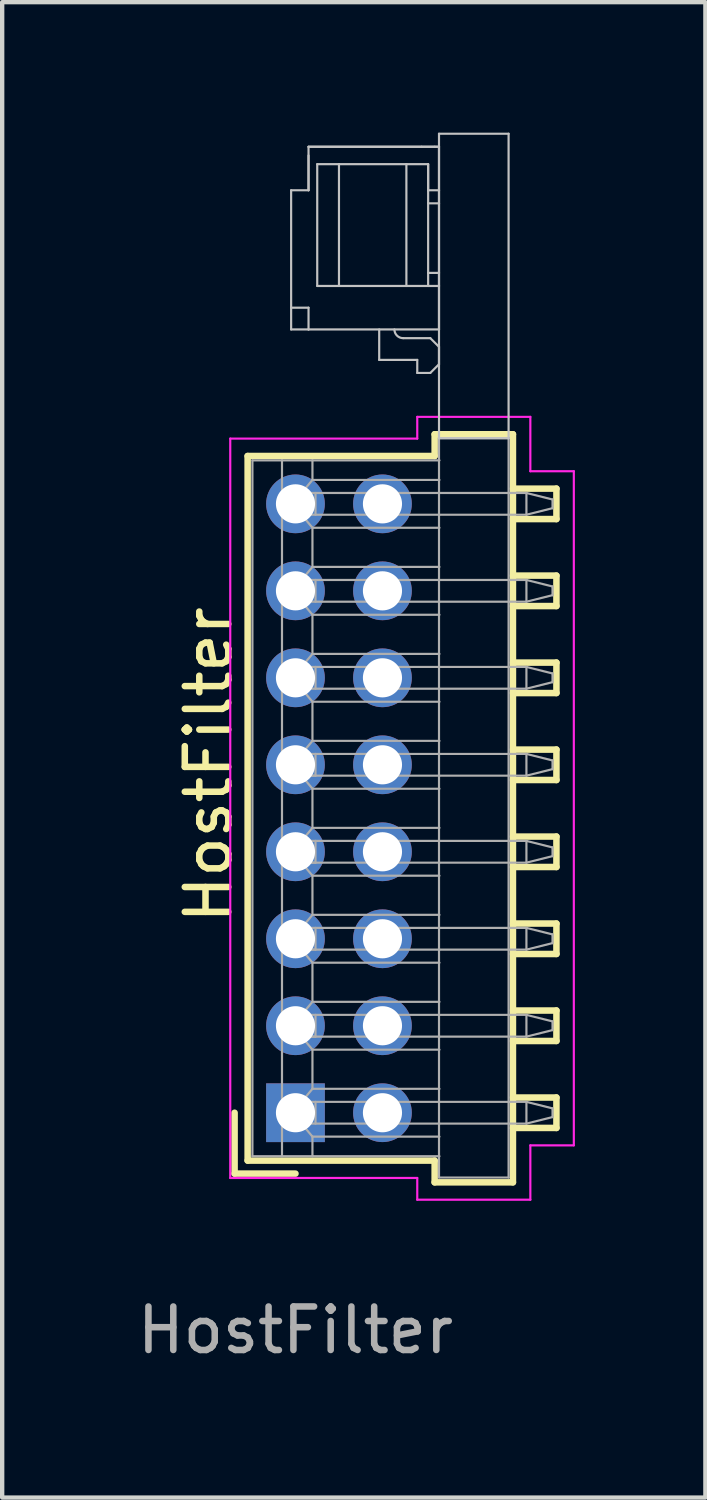
<source format=kicad_pcb>
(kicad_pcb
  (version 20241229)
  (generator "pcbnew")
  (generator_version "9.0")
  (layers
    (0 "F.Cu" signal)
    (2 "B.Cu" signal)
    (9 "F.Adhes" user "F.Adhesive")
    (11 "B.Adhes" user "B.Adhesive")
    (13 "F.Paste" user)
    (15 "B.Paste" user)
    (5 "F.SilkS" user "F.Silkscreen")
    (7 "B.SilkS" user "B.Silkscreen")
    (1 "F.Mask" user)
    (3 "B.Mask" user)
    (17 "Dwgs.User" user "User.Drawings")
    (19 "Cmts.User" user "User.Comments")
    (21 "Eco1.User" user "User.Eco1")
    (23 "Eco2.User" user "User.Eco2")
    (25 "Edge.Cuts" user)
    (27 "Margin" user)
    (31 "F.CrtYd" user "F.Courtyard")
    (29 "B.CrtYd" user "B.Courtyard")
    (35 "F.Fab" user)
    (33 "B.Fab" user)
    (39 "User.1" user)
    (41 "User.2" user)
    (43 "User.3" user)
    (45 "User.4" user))
  (footprint "HostFilter"
    (layer "F.Cu")
    (at 3.744 22.535)
    (property "Reference" "HostFilter" (at 0 5 0) (layer "F.Fab") (effects (font (size 1 1) (thickness 0.15))))
    (attr through_hole)
    (fp_line (start -1.4 0) (end -1.4 1.4) (stroke (width 0.15) (type solid)) (layer "F.SilkS"))
    (fp_line (start -1.4 1.4) (end 0 1.4) (stroke (width 0.15) (type solid)) (layer "F.SilkS"))
    (fp_line (start -1.1 -15.1) (end -1.1 1.1) (stroke (width 0.15) (type solid)) (layer "F.SilkS"))
    (fp_line (start -1.1 1.1) (end 3.2 1.1) (stroke (width 0.15) (type solid)) (layer "F.SilkS"))
    (fp_line (start 3.2 -15.6) (end 3.2 -15.1) (stroke (width 0.15) (type solid)) (layer "F.SilkS"))
    (fp_line (start 3.2 -15.1) (end -1.1 -15.1) (stroke (width 0.15) (type solid)) (layer "F.SilkS"))
    (fp_line (start 3.2 1.1) (end 3.2 1.6) (stroke (width 0.15) (type solid)) (layer "F.SilkS"))
    (fp_line (start 3.2 1.6) (end 5 1.6) (stroke (width 0.15) (type solid)) (layer "F.SilkS"))
    (fp_line (start 5 -15.6) (end 3.2 -15.6) (stroke (width 0.15) (type solid)) (layer "F.SilkS"))
    (fp_line (start 5 -14.35) (end 6 -14.35) (stroke (width 0.15) (type solid)) (layer "F.SilkS"))
    (fp_line (start 5 -12.35) (end 6 -12.35) (stroke (width 0.15) (type solid)) (layer "F.SilkS"))
    (fp_line (start 5 -10.35) (end 6 -10.35) (stroke (width 0.15) (type solid)) (layer "F.SilkS"))
    (fp_line (start 5 -8.35) (end 6 -8.35) (stroke (width 0.15) (type solid)) (layer "F.SilkS"))
    (fp_line (start 5 -6.35) (end 6 -6.35) (stroke (width 0.15) (type solid)) (layer "F.SilkS"))
    (fp_line (start 5 -4.35) (end 6 -4.35) (stroke (width 0.15) (type solid)) (layer "F.SilkS"))
    (fp_line (start 5 -2.35) (end 6 -2.35) (stroke (width 0.15) (type solid)) (layer "F.SilkS"))
    (fp_line (start 5 -0.35) (end 6 -0.35) (stroke (width 0.15) (type solid)) (layer "F.SilkS"))
    (fp_line (start 5 1.6) (end 5 -15.6) (stroke (width 0.15) (type solid)) (layer "F.SilkS"))
    (fp_line (start 6 -14.35) (end 6 -13.65) (stroke (width 0.15) (type solid)) (layer "F.SilkS"))
    (fp_line (start 6 -13.65) (end 5 -13.65) (stroke (width 0.15) (type solid)) (layer "F.SilkS"))
    (fp_line (start 6 -12.35) (end 6 -11.65) (stroke (width 0.15) (type solid)) (layer "F.SilkS"))
    (fp_line (start 6 -11.65) (end 5 -11.65) (stroke (width 0.15) (type solid)) (layer "F.SilkS"))
    (fp_line (start 6 -10.35) (end 6 -9.65) (stroke (width 0.15) (type solid)) (layer "F.SilkS"))
    (fp_line (start 6 -9.65) (end 5 -9.65) (stroke (width 0.15) (type solid)) (layer "F.SilkS"))
    (fp_line (start 6 -8.35) (end 6 -7.65) (stroke (width 0.15) (type solid)) (layer "F.SilkS"))
    (fp_line (start 6 -7.65) (end 5 -7.65) (stroke (width 0.15) (type solid)) (layer "F.SilkS"))
    (fp_line (start 6 -6.35) (end 6 -5.65) (stroke (width 0.15) (type solid)) (layer "F.SilkS"))
    (fp_line (start 6 -5.65) (end 5 -5.65) (stroke (width 0.15) (type solid)) (layer "F.SilkS"))
    (fp_line (start 6 -4.35) (end 6 -3.65) (stroke (width 0.15) (type solid)) (layer "F.SilkS"))
    (fp_line (start 6 -3.65) (end 5 -3.65) (stroke (width 0.15) (type solid)) (layer "F.SilkS"))
    (fp_line (start 6 -2.35) (end 6 -1.65) (stroke (width 0.15) (type solid)) (layer "F.SilkS"))
    (fp_line (start 6 -1.65) (end 5 -1.65) (stroke (width 0.15) (type solid)) (layer "F.SilkS"))
    (fp_line (start 6 -0.35) (end 6 0.35) (stroke (width 0.15) (type solid)) (layer "F.SilkS"))
    (fp_line (start 6 0.35) (end 5 0.35) (stroke (width 0.15) (type solid)) (layer "F.SilkS"))
    (fp_line (start -0.1 -21.21) (end 0.3 -21.21) (stroke (width 0.05) (type solid)) (layer "Dwgs.User"))
    (fp_line (start -0.1 -18.51) (end -0.1 -21.21) (stroke (width 0.05) (type solid)) (layer "Dwgs.User"))
    (fp_line (start -0.1 -18.51) (end -0.1 -18.01) (stroke (width 0.05) (type solid)) (layer "Dwgs.User"))
    (fp_line (start -0.1 -18.51) (end 0.3 -18.51) (stroke (width 0.05) (type solid)) (layer "Dwgs.User"))
    (fp_line (start -0.1 -18.01) (end 0.3 -18.01) (stroke (width 0.05) (type solid)) (layer "Dwgs.User"))
    (fp_line (start 0.3 -22.21) (end 0.3 -21.21) (stroke (width 0.05) (type solid)) (layer "Dwgs.User"))
    (fp_line (start 0.3 -22.01) (end 0.3 -21.21) (stroke (width 0.05) (type solid)) (layer "Dwgs.User"))
    (fp_line (start 0.3 -18.01) (end 0.3 -18.51) (stroke (width 0.05) (type solid)) (layer "Dwgs.User"))
    (fp_line (start 0.5 -19.01) (end 0.5 -21.81) (stroke (width 0.05) (type solid)) (layer "Dwgs.User"))
    (fp_line (start 1 -21.81) (end 0.5 -21.81) (stroke (width 0.05) (type solid)) (layer "Dwgs.User"))
    (fp_line (start 1 -19.01) (end 0.5 -19.01) (stroke (width 0.05) (type solid)) (layer "Dwgs.User"))
    (fp_line (start 1 -19.01) (end 1 -21.81) (stroke (width 0.05) (type solid)) (layer "Dwgs.User"))
    (fp_line (start 1.925 -17.31) (end 1.925 -18.01) (stroke (width 0.05) (type solid)) (layer "Dwgs.User"))
    (fp_line (start 2.475 -17.81) (end 3.1 -17.81) (stroke (width 0.05) (type solid)) (layer "Dwgs.User"))
    (fp_line (start 2.55 -21.81) (end 1 -21.81) (stroke (width 0.05) (type solid)) (layer "Dwgs.User"))
    (fp_line (start 2.55 -19.01) (end 1 -19.01) (stroke (width 0.05) (type solid)) (layer "Dwgs.User"))
    (fp_line (start 2.55 -19.01) (end 2.55 -21.81) (stroke (width 0.05) (type solid)) (layer "Dwgs.User"))
    (fp_line (start 2.8 -17.31) (end 1.925 -17.31) (stroke (width 0.05) (type solid)) (layer "Dwgs.User"))
    (fp_line (start 2.8 -17.01) (end 2.8 -17.31) (stroke (width 0.05) (type solid)) (layer "Dwgs.User"))
    (fp_line (start 2.9 -22.21) (end 0.3 -22.21) (stroke (width 0.05) (type solid)) (layer "Dwgs.User"))
    (fp_line (start 3.05 -21.81) (end 2.55 -21.81) (stroke (width 0.05) (type solid)) (layer "Dwgs.User"))
    (fp_line (start 3.05 -21.21) (end 3.05 -21.81) (stroke (width 0.05) (type solid)) (layer "Dwgs.User"))
    (fp_line (start 3.05 -21.202) (end 3.05 -21.81) (stroke (width 0.05) (type solid)) (layer "Dwgs.User"))
    (fp_line (start 3.05 -21.202) (end 3.05 -21.21) (stroke (width 0.05) (type solid)) (layer "Dwgs.User"))
    (fp_line (start 3.05 -20.91) (end 3.05 -21.202) (stroke (width 0.05) (type solid)) (layer "Dwgs.User"))
    (fp_line (start 3.05 -19.31) (end 3.05 -20.91) (stroke (width 0.05) (type solid)) (layer "Dwgs.User"))
    (fp_line (start 3.05 -19.31) (end 3.05 -19.018) (stroke (width 0.05) (type solid)) (layer "Dwgs.User"))
    (fp_line (start 3.05 -19.01) (end 2.55 -19.01) (stroke (width 0.05) (type solid)) (layer "Dwgs.User"))
    (fp_line (start 3.05 -19.01) (end 3.05 -19.018) (stroke (width 0.05) (type solid)) (layer "Dwgs.User"))
    (fp_line (start 3.1 -17.81) (end 3.3 -17.61) (stroke (width 0.05) (type solid)) (layer "Dwgs.User"))
    (fp_line (start 3.1 -17.01) (end 2.8 -17.01) (stroke (width 0.05) (type solid)) (layer "Dwgs.User"))
    (fp_line (start 3.2 -22.21) (end 2.9 -22.21) (stroke (width 0.05) (type solid)) (layer "Dwgs.User"))
    (fp_line (start 3.3 -22.51) (end 3.3 -15.51) (stroke (width 0.05) (type solid)) (layer "Dwgs.User"))
    (fp_line (start 3.3 -22.51) (end 4.9 -22.51) (stroke (width 0.05) (type solid)) (layer "Dwgs.User"))
    (fp_line (start 3.3 -22.21) (end 0.3 -22.21) (stroke (width 0.05) (type solid)) (layer "Dwgs.User"))
    (fp_line (start 3.3 -22.21) (end 3.2 -22.21) (stroke (width 0.05) (type solid)) (layer "Dwgs.User"))
    (fp_line (start 3.3 -21.21) (end 3.05 -21.21) (stroke (width 0.05) (type solid)) (layer "Dwgs.User"))
    (fp_line (start 3.3 -21.21) (end 3.3 -22.21) (stroke (width 0.05) (type solid)) (layer "Dwgs.User"))
    (fp_line (start 3.3 -20.91) (end 3.05 -20.91) (stroke (width 0.05) (type solid)) (layer "Dwgs.User"))
    (fp_line (start 3.3 -20.91) (end 3.3 -21.21) (stroke (width 0.05) (type solid)) (layer "Dwgs.User"))
    (fp_line (start 3.3 -19.31) (end 3.05 -19.31) (stroke (width 0.05) (type solid)) (layer "Dwgs.User"))
    (fp_line (start 3.3 -19.31) (end 3.3 -20.91) (stroke (width 0.05) (type solid)) (layer "Dwgs.User"))
    (fp_line (start 3.3 -19.31) (end 3.3 -19.01) (stroke (width 0.05) (type solid)) (layer "Dwgs.User"))
    (fp_line (start 3.3 -19.01) (end 3.05 -19.01) (stroke (width 0.05) (type solid)) (layer "Dwgs.User"))
    (fp_line (start 3.3 -18.01) (end 0.3 -18.01) (stroke (width 0.05) (type solid)) (layer "Dwgs.User"))
    (fp_line (start 3.3 -18.01) (end 3.3 -19.01) (stroke (width 0.05) (type solid)) (layer "Dwgs.User"))
    (fp_line (start 3.3 -17.61) (end 3.3 -17.21) (stroke (width 0.05) (type solid)) (layer "Dwgs.User"))
    (fp_line (start 3.3 -17.21) (end 3.1 -17.01) (stroke (width 0.05) (type solid)) (layer "Dwgs.User"))
    (fp_line (start 3.3 -15.51) (end 4.9 -15.51) (stroke (width 0.05) (type solid)) (layer "Dwgs.User"))
    (fp_line (start 4.9 -22.51) (end 4.9 -15.51) (stroke (width 0.05) (type solid)) (layer "Dwgs.User"))
    (fp_arc (start 2.475 -17.81) (mid 2.333579 -17.868579) (end 2.275 -18.01) (stroke (width 0.05) (type solid)) (layer "Dwgs.User"))
    (fp_line (start -1.5 -15.5) (end -1.5 1.5) (stroke (width 0.05) (type solid)) (layer "F.CrtYd"))
    (fp_line (start -1.5 1.5) (end 2.8 1.5) (stroke (width 0.05) (type solid)) (layer "F.CrtYd"))
    (fp_line (start 2.8 -16) (end 2.8 -15.5) (stroke (width 0.05) (type solid)) (layer "F.CrtYd"))
    (fp_line (start 2.8 -15.5) (end -1.5 -15.5) (stroke (width 0.05) (type solid)) (layer "F.CrtYd"))
    (fp_line (start 2.8 1.5) (end 2.8 2) (stroke (width 0.05) (type solid)) (layer "F.CrtYd"))
    (fp_line (start 2.8 2) (end 5.4 2) (stroke (width 0.05) (type solid)) (layer "F.CrtYd"))
    (fp_line (start 5.4 -16) (end 2.8 -16) (stroke (width 0.05) (type solid)) (layer "F.CrtYd"))
    (fp_line (start 5.4 -14.75) (end 5.4 -16) (stroke (width 0.05) (type solid)) (layer "F.CrtYd"))
    (fp_line (start 5.4 0.75) (end 6.4 0.75) (stroke (width 0.05) (type solid)) (layer "F.CrtYd"))
    (fp_line (start 5.4 2) (end 5.4 0.75) (stroke (width 0.05) (type solid)) (layer "F.CrtYd"))
    (fp_line (start 6.4 -14.75) (end 5.4 -14.75) (stroke (width 0.05) (type solid)) (layer "F.CrtYd"))
    (fp_line (start 6.4 0.75) (end 6.4 -14.75) (stroke (width 0.05) (type solid)) (layer "F.CrtYd"))
    (fp_line (start -0.99 -15) (end -0.31 -15) (stroke (width 0.05) (type solid)) (layer "F.Fab"))
    (fp_line (start -0.99 1) (end -0.99 -15) (stroke (width 0.05) (type solid)) (layer "F.Fab"))
    (fp_line (start -0.99 1) (end -0.31 1) (stroke (width 0.05) (type solid)) (layer "F.Fab"))
    (fp_line (start -0.31 -15) (end -0.31 -14.25) (stroke (width 0.05) (type solid)) (layer "F.Fab"))
    (fp_line (start -0.31 -14.25) (end -0.31 -13.75) (stroke (width 0.05) (type solid)) (layer "F.Fab"))
    (fp_line (start -0.31 -14.25) (end 0.14 -14.25) (stroke (width 0.05) (type solid)) (layer "F.Fab"))
    (fp_line (start -0.31 -13.75) (end -0.31 -12.25) (stroke (width 0.05) (type solid)) (layer "F.Fab"))
    (fp_line (start -0.31 -13.75) (end 0.14 -13.75) (stroke (width 0.05) (type solid)) (layer "F.Fab"))
    (fp_line (start -0.31 -12.25) (end -0.31 -11.75) (stroke (width 0.05) (type solid)) (layer "F.Fab"))
    (fp_line (start -0.31 -12.25) (end 0.14 -12.25) (stroke (width 0.05) (type solid)) (layer "F.Fab"))
    (fp_line (start -0.31 -11.75) (end -0.31 -10.25) (stroke (width 0.05) (type solid)) (layer "F.Fab"))
    (fp_line (start -0.31 -11.75) (end 0.14 -11.75) (stroke (width 0.05) (type solid)) (layer "F.Fab"))
    (fp_line (start -0.31 -10.25) (end -0.31 -9.75) (stroke (width 0.05) (type solid)) (layer "F.Fab"))
    (fp_line (start -0.31 -10.25) (end 0.14 -10.25) (stroke (width 0.05) (type solid)) (layer "F.Fab"))
    (fp_line (start -0.31 -9.75) (end -0.31 -8.25) (stroke (width 0.05) (type solid)) (layer "F.Fab"))
    (fp_line (start -0.31 -9.75) (end 0.14 -9.75) (stroke (width 0.05) (type solid)) (layer "F.Fab"))
    (fp_line (start -0.31 -8.25) (end -0.31 -7.75) (stroke (width 0.05) (type solid)) (layer "F.Fab"))
    (fp_line (start -0.31 -8.25) (end 0.14 -8.25) (stroke (width 0.05) (type solid)) (layer "F.Fab"))
    (fp_line (start -0.31 -7.75) (end -0.31 -6.25) (stroke (width 0.05) (type solid)) (layer "F.Fab"))
    (fp_line (start -0.31 -7.75) (end 0.14 -7.75) (stroke (width 0.05) (type solid)) (layer "F.Fab"))
    (fp_line (start -0.31 -6.25) (end -0.31 -5.75) (stroke (width 0.05) (type solid)) (layer "F.Fab"))
    (fp_line (start -0.31 -6.25) (end 0.14 -6.25) (stroke (width 0.05) (type solid)) (layer "F.Fab"))
    (fp_line (start -0.31 -5.75) (end -0.31 -4.25) (stroke (width 0.05) (type solid)) (layer "F.Fab"))
    (fp_line (start -0.31 -5.75) (end 0.14 -5.75) (stroke (width 0.05) (type solid)) (layer "F.Fab"))
    (fp_line (start -0.31 -4.25) (end -0.31 -3.75) (stroke (width 0.05) (type solid)) (layer "F.Fab"))
    (fp_line (start -0.31 -4.25) (end 0.14 -4.25) (stroke (width 0.05) (type solid)) (layer "F.Fab"))
    (fp_line (start -0.31 -3.75) (end -0.31 -2.25) (stroke (width 0.05) (type solid)) (layer "F.Fab"))
    (fp_line (start -0.31 -3.75) (end 0.14 -3.75) (stroke (width 0.05) (type solid)) (layer "F.Fab"))
    (fp_line (start -0.31 -2.25) (end -0.31 -1.75) (stroke (width 0.05) (type solid)) (layer "F.Fab"))
    (fp_line (start -0.31 -2.25) (end 0.14 -2.25) (stroke (width 0.05) (type solid)) (layer "F.Fab"))
    (fp_line (start -0.31 -1.75) (end -0.31 -0.25) (stroke (width 0.05) (type solid)) (layer "F.Fab"))
    (fp_line (start -0.31 -1.75) (end 0.14 -1.75) (stroke (width 0.05) (type solid)) (layer "F.Fab"))
    (fp_line (start -0.31 -0.25) (end -0.31 0.25) (stroke (width 0.05) (type solid)) (layer "F.Fab"))
    (fp_line (start -0.31 -0.25) (end 0.14 -0.25) (stroke (width 0.05) (type solid)) (layer "F.Fab"))
    (fp_line (start -0.31 0.25) (end -0.31 1) (stroke (width 0.05) (type solid)) (layer "F.Fab"))
    (fp_line (start -0.31 0.25) (end 0.14 0.25) (stroke (width 0.05) (type solid)) (layer "F.Fab"))
    (fp_line (start -0.211 -13.75) (end -0.211 -14.25) (stroke (width 0.05) (type solid)) (layer "F.Fab"))
    (fp_line (start -0.211 -11.75) (end -0.211 -12.25) (stroke (width 0.05) (type solid)) (layer "F.Fab"))
    (fp_line (start -0.211 -9.75) (end -0.211 -10.25) (stroke (width 0.05) (type solid)) (layer "F.Fab"))
    (fp_line (start -0.211 -7.75) (end -0.211 -8.25) (stroke (width 0.05) (type solid)) (layer "F.Fab"))
    (fp_line (start -0.211 -5.75) (end -0.211 -6.25) (stroke (width 0.05) (type solid)) (layer "F.Fab"))
    (fp_line (start -0.211 -3.75) (end -0.211 -4.25) (stroke (width 0.05) (type solid)) (layer "F.Fab"))
    (fp_line (start -0.211 -1.75) (end -0.211 -2.25) (stroke (width 0.05) (type solid)) (layer "F.Fab"))
    (fp_line (start -0.211 0.25) (end -0.211 -0.25) (stroke (width 0.05) (type solid)) (layer "F.Fab"))
    (fp_line (start 0.14 -14.25) (end 3.31 -14.25) (stroke (width 0.05) (type solid)) (layer "F.Fab"))
    (fp_line (start 0.14 -13.75) (end 3.31 -13.75) (stroke (width 0.05) (type solid)) (layer "F.Fab"))
    (fp_line (start 0.14 -12.25) (end 3.31 -12.25) (stroke (width 0.05) (type solid)) (layer "F.Fab"))
    (fp_line (start 0.14 -11.75) (end 0.39 -11.45) (stroke (width 0.05) (type solid)) (layer "F.Fab"))
    (fp_line (start 0.14 -11.75) (end 3.31 -11.75) (stroke (width 0.05) (type solid)) (layer "F.Fab"))
    (fp_line (start 0.14 -10.25) (end 3.31 -10.25) (stroke (width 0.05) (type solid)) (layer "F.Fab"))
    (fp_line (start 0.14 -9.75) (end 0.39 -9.45) (stroke (width 0.05) (type solid)) (layer "F.Fab"))
    (fp_line (start 0.14 -9.75) (end 3.31 -9.75) (stroke (width 0.05) (type solid)) (layer "F.Fab"))
    (fp_line (start 0.14 -8.25) (end 3.31 -8.25) (stroke (width 0.05) (type solid)) (layer "F.Fab"))
    (fp_line (start 0.14 -7.75) (end 0.39 -7.45) (stroke (width 0.05) (type solid)) (layer "F.Fab"))
    (fp_line (start 0.14 -7.75) (end 0.46 -7.75) (stroke (width 0.05) (type solid)) (layer "F.Fab"))
    (fp_line (start 0.14 -7.75) (end 3.31 -7.75) (stroke (width 0.05) (type solid)) (layer "F.Fab"))
    (fp_line (start 0.14 -6.25) (end 3.31 -6.25) (stroke (width 0.05) (type solid)) (layer "F.Fab"))
    (fp_line (start 0.14 -5.75) (end 0.39 -5.45) (stroke (width 0.05) (type solid)) (layer "F.Fab"))
    (fp_line (start 0.14 -5.75) (end 0.46 -5.75) (stroke (width 0.05) (type solid)) (layer "F.Fab"))
    (fp_line (start 0.14 -5.75) (end 3.31 -5.75) (stroke (width 0.05) (type solid)) (layer "F.Fab"))
    (fp_line (start 0.14 -4.25) (end 3.31 -4.25) (stroke (width 0.05) (type solid)) (layer "F.Fab"))
    (fp_line (start 0.14 -3.75) (end 0.39 -3.45) (stroke (width 0.05) (type solid)) (layer "F.Fab"))
    (fp_line (start 0.14 -3.75) (end 0.46 -3.75) (stroke (width 0.05) (type solid)) (layer "F.Fab"))
    (fp_line (start 0.14 -3.75) (end 3.31 -3.75) (stroke (width 0.05) (type solid)) (layer "F.Fab"))
    (fp_line (start 0.14 -2.25) (end 3.31 -2.25) (stroke (width 0.05) (type solid)) (layer "F.Fab"))
    (fp_line (start 0.14 -1.75) (end 0.39 -1.45) (stroke (width 0.05) (type solid)) (layer "F.Fab"))
    (fp_line (start 0.14 -1.75) (end 0.46 -1.75) (stroke (width 0.05) (type solid)) (layer "F.Fab"))
    (fp_line (start 0.14 -1.75) (end 3.31 -1.75) (stroke (width 0.05) (type solid)) (layer "F.Fab"))
    (fp_line (start 0.14 -0.25) (end 3.31 -0.25) (stroke (width 0.05) (type solid)) (layer "F.Fab"))
    (fp_line (start 0.14 0.25) (end 0.39 0.55) (stroke (width 0.05) (type solid)) (layer "F.Fab"))
    (fp_line (start 0.14 0.25) (end 3.31 0.25) (stroke (width 0.05) (type solid)) (layer "F.Fab"))
    (fp_line (start 0.39 -15) (end -0.31 -15) (stroke (width 0.05) (type solid)) (layer "F.Fab"))
    (fp_line (start 0.39 -15) (end 0.39 -14.55) (stroke (width 0.05) (type solid)) (layer "F.Fab"))
    (fp_line (start 0.39 -15) (end 3.31 -15) (stroke (width 0.05) (type solid)) (layer "F.Fab"))
    (fp_line (start 0.39 -14.55) (end 0.14 -14.25) (stroke (width 0.05) (type solid)) (layer "F.Fab"))
    (fp_line (start 0.39 -14.55) (end 3.31 -14.55) (stroke (width 0.05) (type solid)) (layer "F.Fab"))
    (fp_line (start 0.39 -13.45) (end 0.14 -13.75) (stroke (width 0.05) (type solid)) (layer "F.Fab"))
    (fp_line (start 0.39 -13.45) (end 0.39 -12.55) (stroke (width 0.05) (type solid)) (layer "F.Fab"))
    (fp_line (start 0.39 -13.45) (end 3.31 -13.45) (stroke (width 0.05) (type solid)) (layer "F.Fab"))
    (fp_line (start 0.39 -12.55) (end 0.14 -12.25) (stroke (width 0.05) (type solid)) (layer "F.Fab"))
    (fp_line (start 0.39 -12.55) (end 3.31 -12.55) (stroke (width 0.05) (type solid)) (layer "F.Fab"))
    (fp_line (start 0.39 -11.45) (end 0.39 -10.55) (stroke (width 0.05) (type solid)) (layer "F.Fab"))
    (fp_line (start 0.39 -11.45) (end 3.31 -11.45) (stroke (width 0.05) (type solid)) (layer "F.Fab"))
    (fp_line (start 0.39 -10.55) (end 0.14 -10.25) (stroke (width 0.05) (type solid)) (layer "F.Fab"))
    (fp_line (start 0.39 -10.55) (end 3.31 -10.55) (stroke (width 0.05) (type solid)) (layer "F.Fab"))
    (fp_line (start 0.39 -9.45) (end 0.39 -8.55) (stroke (width 0.05) (type solid)) (layer "F.Fab"))
    (fp_line (start 0.39 -9.45) (end 3.31 -9.45) (stroke (width 0.05) (type solid)) (layer "F.Fab"))
    (fp_line (start 0.39 -8.55) (end 0.14 -8.25) (stroke (width 0.05) (type solid)) (layer "F.Fab"))
    (fp_line (start 0.39 -8.55) (end 3.31 -8.55) (stroke (width 0.05) (type solid)) (layer "F.Fab"))
    (fp_line (start 0.39 -7.45) (end 0.39 -6.55) (stroke (width 0.05) (type solid)) (layer "F.Fab"))
    (fp_line (start 0.39 -7.45) (end 3.31 -7.45) (stroke (width 0.05) (type solid)) (layer "F.Fab"))
    (fp_line (start 0.39 -6.55) (end 0.14 -6.25) (stroke (width 0.05) (type solid)) (layer "F.Fab"))
    (fp_line (start 0.39 -6.55) (end 3.31 -6.55) (stroke (width 0.05) (type solid)) (layer "F.Fab"))
    (fp_line (start 0.39 -5.45) (end 0.39 -4.55) (stroke (width 0.05) (type solid)) (layer "F.Fab"))
    (fp_line (start 0.39 -5.45) (end 3.31 -5.45) (stroke (width 0.05) (type solid)) (layer "F.Fab"))
    (fp_line (start 0.39 -4.55) (end 0.14 -4.25) (stroke (width 0.05) (type solid)) (layer "F.Fab"))
    (fp_line (start 0.39 -4.55) (end 3.31 -4.55) (stroke (width 0.05) (type solid)) (layer "F.Fab"))
    (fp_line (start 0.39 -3.45) (end 0.39 -2.55) (stroke (width 0.05) (type solid)) (layer "F.Fab"))
    (fp_line (start 0.39 -3.45) (end 3.31 -3.45) (stroke (width 0.05) (type solid)) (layer "F.Fab"))
    (fp_line (start 0.39 -2.55) (end 0.14 -2.25) (stroke (width 0.05) (type solid)) (layer "F.Fab"))
    (fp_line (start 0.39 -2.55) (end 3.31 -2.55) (stroke (width 0.05) (type solid)) (layer "F.Fab"))
    (fp_line (start 0.39 -1.45) (end 0.39 -0.55) (stroke (width 0.05) (type solid)) (layer "F.Fab"))
    (fp_line (start 0.39 -1.45) (end 3.31 -1.45) (stroke (width 0.05) (type solid)) (layer "F.Fab"))
    (fp_line (start 0.39 -0.55) (end 0.14 -0.25) (stroke (width 0.05) (type solid)) (layer "F.Fab"))
    (fp_line (start 0.39 -0.55) (end 3.31 -0.55) (stroke (width 0.05) (type solid)) (layer "F.Fab"))
    (fp_line (start 0.39 0.55) (end 0.39 1) (stroke (width 0.05) (type solid)) (layer "F.Fab"))
    (fp_line (start 0.39 0.55) (end 3.31 0.55) (stroke (width 0.05) (type solid)) (layer "F.Fab"))
    (fp_line (start 0.39 1) (end -0.31 1) (stroke (width 0.05) (type solid)) (layer "F.Fab"))
    (fp_line (start 0.39 1) (end 3.31 1) (stroke (width 0.05) (type solid)) (layer "F.Fab"))
    (fp_line (start 0.46 -13.75) (end 0.46 -14.25) (stroke (width 0.05) (type solid)) (layer "F.Fab"))
    (fp_line (start 0.46 -11.75) (end 0.46 -12.25) (stroke (width 0.05) (type solid)) (layer "F.Fab"))
    (fp_line (start 0.46 -9.75) (end 0.46 -10.25) (stroke (width 0.05) (type solid)) (layer "F.Fab"))
    (fp_line (start 0.46 -7.75) (end 0.46 -8.25) (stroke (width 0.05) (type solid)) (layer "F.Fab"))
    (fp_line (start 0.46 -5.75) (end 0.46 -6.25) (stroke (width 0.05) (type solid)) (layer "F.Fab"))
    (fp_line (start 0.46 -3.75) (end 0.46 -4.25) (stroke (width 0.05) (type solid)) (layer "F.Fab"))
    (fp_line (start 0.46 -1.75) (end 0.46 -2.25) (stroke (width 0.05) (type solid)) (layer "F.Fab"))
    (fp_line (start 0.46 0.25) (end 0.46 -0.25) (stroke (width 0.05) (type solid)) (layer "F.Fab"))
    (fp_line (start 3.3 -15.51) (end 3.3 1.49) (stroke (width 0.05) (type solid)) (layer "F.Fab"))
    (fp_line (start 3.3 -15.51) (end 4.9 -15.51) (stroke (width 0.05) (type solid)) (layer "F.Fab"))
    (fp_line (start 3.3 1.49) (end 4.9 1.49) (stroke (width 0.05) (type solid)) (layer "F.Fab"))
    (fp_line (start 3.31 -14.25) (end 5.31 -14.25) (stroke (width 0.05) (type solid)) (layer "F.Fab"))
    (fp_line (start 3.31 -13.75) (end 5.31 -13.75) (stroke (width 0.05) (type solid)) (layer "F.Fab"))
    (fp_line (start 3.31 -12.25) (end 5.31 -12.25) (stroke (width 0.05) (type solid)) (layer "F.Fab"))
    (fp_line (start 3.31 -11.75) (end 5.31 -11.75) (stroke (width 0.05) (type solid)) (layer "F.Fab"))
    (fp_line (start 3.31 -10.25) (end 5.31 -10.25) (stroke (width 0.05) (type solid)) (layer "F.Fab"))
    (fp_line (start 3.31 -9.75) (end 5.31 -9.75) (stroke (width 0.05) (type solid)) (layer "F.Fab"))
    (fp_line (start 3.31 -8.25) (end 5.31 -8.25) (stroke (width 0.05) (type solid)) (layer "F.Fab"))
    (fp_line (start 3.31 -7.75) (end 5.31 -7.75) (stroke (width 0.05) (type solid)) (layer "F.Fab"))
    (fp_line (start 3.31 -6.25) (end 5.31 -6.25) (stroke (width 0.05) (type solid)) (layer "F.Fab"))
    (fp_line (start 3.31 -5.75) (end 5.31 -5.75) (stroke (width 0.05) (type solid)) (layer "F.Fab"))
    (fp_line (start 3.31 -4.25) (end 5.31 -4.25) (stroke (width 0.05) (type solid)) (layer "F.Fab"))
    (fp_line (start 3.31 -3.75) (end 5.31 -3.75) (stroke (width 0.05) (type solid)) (layer "F.Fab"))
    (fp_line (start 3.31 -2.25) (end 5.31 -2.25) (stroke (width 0.05) (type solid)) (layer "F.Fab"))
    (fp_line (start 3.31 -1.75) (end 5.31 -1.75) (stroke (width 0.05) (type solid)) (layer "F.Fab"))
    (fp_line (start 3.31 -0.25) (end 5.31 -0.25) (stroke (width 0.05) (type solid)) (layer "F.Fab"))
    (fp_line (start 3.31 0.25) (end 5.31 0.25) (stroke (width 0.05) (type solid)) (layer "F.Fab"))
    (fp_line (start 4.9 -15.51) (end 4.9 1.49) (stroke (width 0.05) (type solid)) (layer "F.Fab"))
    (fp_line (start 5.31 -14.25) (end 5.31 -13.75) (stroke (width 0.05) (type solid)) (layer "F.Fab"))
    (fp_line (start 5.31 -14.25) (end 5.91 -14.1) (stroke (width 0.05) (type solid)) (layer "F.Fab"))
    (fp_line (start 5.31 -12.25) (end 5.31 -11.75) (stroke (width 0.05) (type solid)) (layer "F.Fab"))
    (fp_line (start 5.31 -12.25) (end 5.91 -12.1) (stroke (width 0.05) (type solid)) (layer "F.Fab"))
    (fp_line (start 5.31 -10.25) (end 5.31 -9.75) (stroke (width 0.05) (type solid)) (layer "F.Fab"))
    (fp_line (start 5.31 -10.25) (end 5.91 -10.1) (stroke (width 0.05) (type solid)) (layer "F.Fab"))
    (fp_line (start 5.31 -8.25) (end 5.31 -7.75) (stroke (width 0.05) (type solid)) (layer "F.Fab"))
    (fp_line (start 5.31 -8.25) (end 5.91 -8.1) (stroke (width 0.05) (type solid)) (layer "F.Fab"))
    (fp_line (start 5.31 -6.25) (end 5.31 -5.75) (stroke (width 0.05) (type solid)) (layer "F.Fab"))
    (fp_line (start 5.31 -6.25) (end 5.91 -6.1) (stroke (width 0.05) (type solid)) (layer "F.Fab"))
    (fp_line (start 5.31 -4.25) (end 5.31 -3.75) (stroke (width 0.05) (type solid)) (layer "F.Fab"))
    (fp_line (start 5.31 -4.25) (end 5.91 -4.1) (stroke (width 0.05) (type solid)) (layer "F.Fab"))
    (fp_line (start 5.31 -2.25) (end 5.31 -1.75) (stroke (width 0.05) (type solid)) (layer "F.Fab"))
    (fp_line (start 5.31 -2.25) (end 5.91 -2.1) (stroke (width 0.05) (type solid)) (layer "F.Fab"))
    (fp_line (start 5.31 -0.25) (end 5.31 0.25) (stroke (width 0.05) (type solid)) (layer "F.Fab"))
    (fp_line (start 5.31 -0.25) (end 5.91 -0.1) (stroke (width 0.05) (type solid)) (layer "F.Fab"))
    (fp_line (start 5.91 -14.1) (end 5.91 -13.9) (stroke (width 0.05) (type solid)) (layer "F.Fab"))
    (fp_line (start 5.91 -13.9) (end 5.31 -13.75) (stroke (width 0.05) (type solid)) (layer "F.Fab"))
    (fp_line (start 5.91 -12.1) (end 5.91 -11.9) (stroke (width 0.05) (type solid)) (layer "F.Fab"))
    (fp_line (start 5.91 -11.9) (end 5.31 -11.75) (stroke (width 0.05) (type solid)) (layer "F.Fab"))
    (fp_line (start 5.91 -10.1) (end 5.91 -9.9) (stroke (width 0.05) (type solid)) (layer "F.Fab"))
    (fp_line (start 5.91 -9.9) (end 5.31 -9.75) (stroke (width 0.05) (type solid)) (layer "F.Fab"))
    (fp_line (start 5.91 -8.1) (end 5.91 -7.9) (stroke (width 0.05) (type solid)) (layer "F.Fab"))
    (fp_line (start 5.91 -7.9) (end 5.31 -7.75) (stroke (width 0.05) (type solid)) (layer "F.Fab"))
    (fp_line (start 5.91 -6.1) (end 5.91 -5.9) (stroke (width 0.05) (type solid)) (layer "F.Fab"))
    (fp_line (start 5.91 -5.9) (end 5.31 -5.75) (stroke (width 0.05) (type solid)) (layer "F.Fab"))
    (fp_line (start 5.91 -4.1) (end 5.91 -3.9) (stroke (width 0.05) (type solid)) (layer "F.Fab"))
    (fp_line (start 5.91 -3.9) (end 5.31 -3.75) (stroke (width 0.05) (type solid)) (layer "F.Fab"))
    (fp_line (start 5.91 -2.1) (end 5.91 -1.9) (stroke (width 0.05) (type solid)) (layer "F.Fab"))
    (fp_line (start 5.91 -1.9) (end 5.31 -1.75) (stroke (width 0.05) (type solid)) (layer "F.Fab"))
    (fp_line (start 5.91 -0.1) (end 5.91 0.1) (stroke (width 0.05) (type solid)) (layer "F.Fab"))
    (fp_line (start 5.91 0.1) (end 5.31 0.25) (stroke (width 0.05) (type solid)) (layer "F.Fab"))
    (fp_text user "${REFERENCE}" (at -2 -8 90) (layer "F.SilkS") (effects (font (size 1 1) (thickness 0.15))))
    (pad "1" thru_hole rect (at 0 0) (size 1.35 1.35) (drill 0.9) (layers "*.Cu" "*.Mask"))
    (pad "2" thru_hole circle (at 2 0) (size 1.35 1.35) (drill 0.9) (layers "*.Cu" "*.Mask"))
    (pad "3" thru_hole circle (at 0 -2) (size 1.35 1.35) (drill 0.9) (layers "*.Cu" "*.Mask"))
    (pad "4" thru_hole circle (at 2 -2) (size 1.35 1.35) (drill 0.9) (layers "*.Cu" "*.Mask"))
    (pad "5" thru_hole circle (at 0 -4) (size 1.35 1.35) (drill 0.9) (layers "*.Cu" "*.Mask"))
    (pad "6" thru_hole circle (at 2 -4) (size 1.35 1.35) (drill 0.9) (layers "*.Cu" "*.Mask"))
    (pad "7" thru_hole circle (at 0 -6) (size 1.35 1.35) (drill 0.9) (layers "*.Cu" "*.Mask"))
    (pad "8" thru_hole circle (at 2 -6) (size 1.35 1.35) (drill 0.9) (layers "*.Cu" "*.Mask"))
    (pad "9" thru_hole circle (at 0 -8) (size 1.35 1.35) (drill 0.9) (layers "*.Cu" "*.Mask"))
    (pad "10" thru_hole circle (at 2 -8) (size 1.35 1.35) (drill 0.9) (layers "*.Cu" "*.Mask"))
    (pad "11" thru_hole circle (at 0 -10) (size 1.35 1.35) (drill 0.9) (layers "*.Cu" "*.Mask"))
    (pad "12" thru_hole circle (at 2 -10) (size 1.35 1.35) (drill 0.9) (layers "*.Cu" "*.Mask"))
    (pad "13" thru_hole circle (at 0 -12) (size 1.35 1.35) (drill 0.9) (layers "*.Cu" "*.Mask"))
    (pad "14" thru_hole circle (at 2 -12) (size 1.35 1.35) (drill 0.9) (layers "*.Cu" "*.Mask"))
    (pad "15" thru_hole circle (at 0 -14) (size 1.35 1.35) (drill 0.9) (layers "*.Cu" "*.Mask"))
    (pad "16" thru_hole circle (at 2 -14) (size 1.35 1.35) (drill 0.9) (layers "*.Cu" "*.Mask")))
  (gr_rect
    (start -3 -3)
    (end 13.169 31.383)
    (stroke (width 0.1) (type default))
    (fill no)
    (layer "Edge.Cuts")))
</source>
